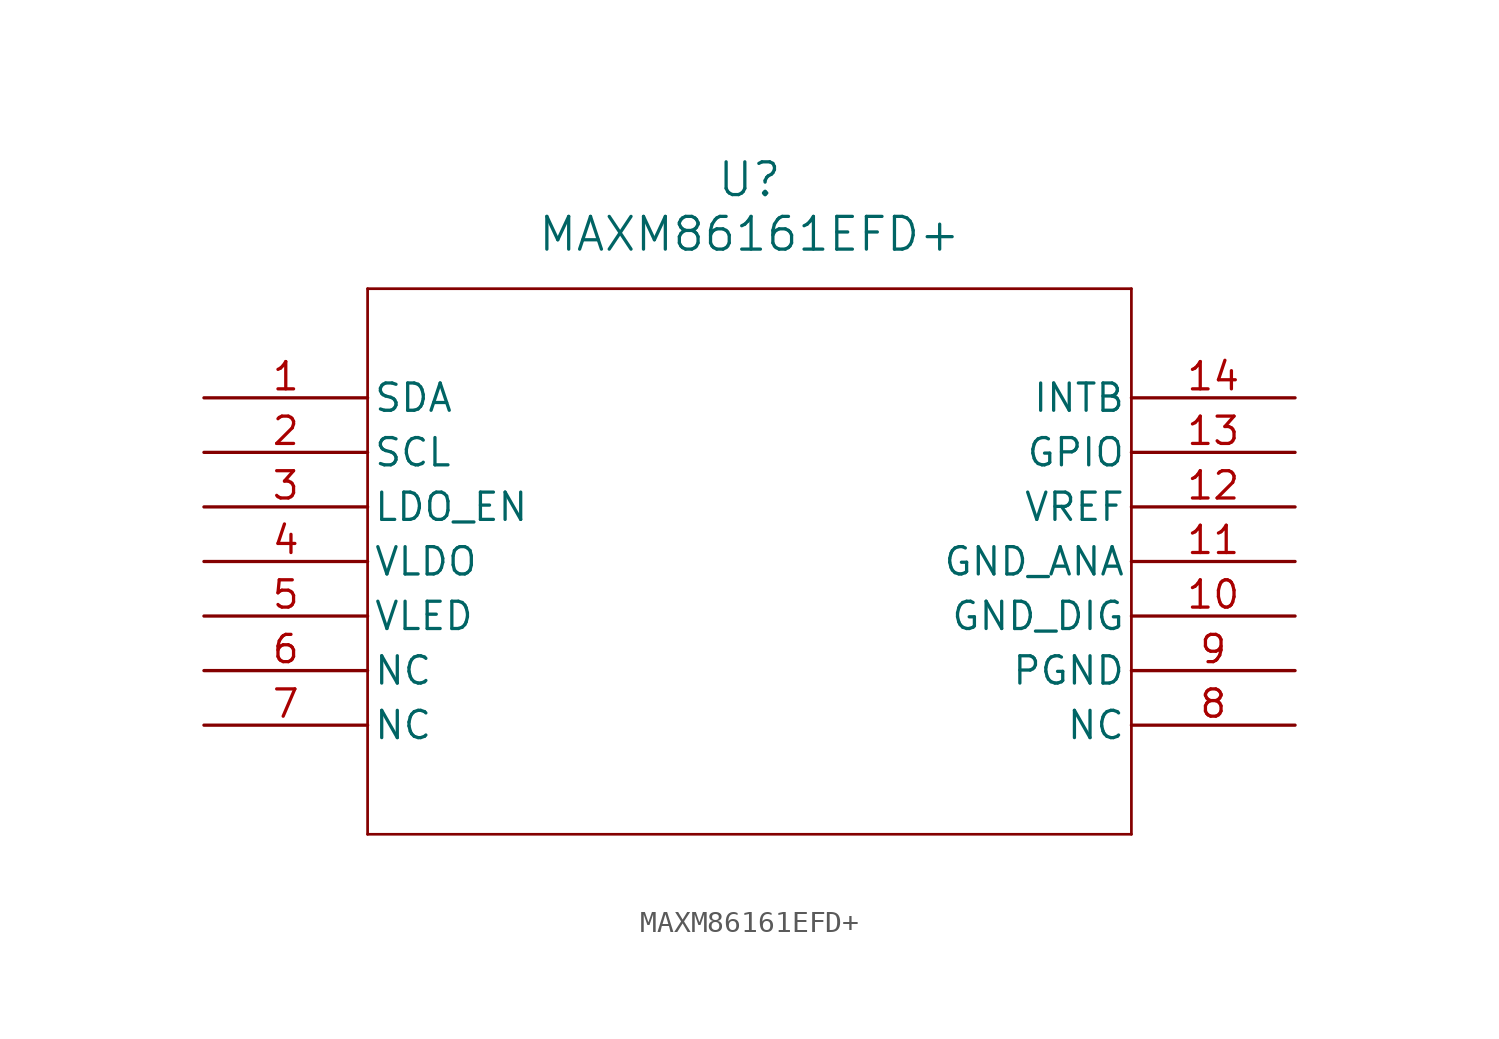
<source format=kicad_sym>
(kicad_symbol_lib
  (version 20241209)
  (generator "kicad_symbol_editor")
  (generator_version "9.0")
  (symbol "MAXM86161EFD+"
    (pin_names
      (offset 0.254))
    (property "Reference" "U"
      (at 25.4 10.16 0)
      (effects (font (size 1.524 1.524))))
    (property "Value" "MAXM86161EFD+"
      (at 25.4 7.62 0)
      (effects (font (size 1.524 1.524))))
    (property "ki_locked" ""
      (at 0 0 0)
      (effects (font (size 1.27 1.27))))
    (symbol "MAXM86161EFD+_0_1"
      (polyline (pts (xy 7.62 5.08) (xy 7.62 -20.32)) (stroke (width 0.127) (type default)) (fill (type none)))
      (polyline (pts (xy 7.62 -20.32) (xy 43.18 -20.32)) (stroke (width 0.127) (type default)) (fill (type none)))
      (polyline (pts (xy 43.18 5.08) (xy 7.62 5.08)) (stroke (width 0.127) (type default)) (fill (type none)))
      (polyline (pts (xy 43.18 -20.32) (xy 43.18 5.08)) (stroke (width 0.127) (type default)) (fill (type none)))
      (pin bidirectional line (at 0 0 0) (length 7.62) (name "SDA" (effects (font (size 1.27 1.27)))) (number "1" (effects (font (size 1.27 1.27)))))
      (pin input line (at 0 -2.54 0) (length 7.62) (name "SCL" (effects (font (size 1.27 1.27)))) (number "2" (effects (font (size 1.27 1.27)))))
      (pin input line (at 0 -5.08 0) (length 7.62) (name "LDO_EN" (effects (font (size 1.27 1.27)))) (number "3" (effects (font (size 1.27 1.27)))))
      (pin output line (at 0 -7.62 0) (length 7.62) (name "VLDO" (effects (font (size 1.27 1.27)))) (number "4" (effects (font (size 1.27 1.27)))))
      (pin input line (at 0 -10.16 0) (length 7.62) (name "VLED" (effects (font (size 1.27 1.27)))) (number "5" (effects (font (size 1.27 1.27)))))
      (pin unspecified line (at 0 -12.7 0) (length 7.62) (name "NC" (effects (font (size 1.27 1.27)))) (number "6" (effects (font (size 1.27 1.27)))))
      (pin unspecified line (at 0 -15.24 0) (length 7.62) (name "NC" (effects (font (size 1.27 1.27)))) (number "7" (effects (font (size 1.27 1.27)))))
      (pin unspecified line (at 50.8 0 180) (length 7.62) (name "INTB" (effects (font (size 1.27 1.27)))) (number "14" (effects (font (size 1.27 1.27)))))
      (pin bidirectional line (at 50.8 -2.54 180) (length 7.62) (name "GPIO" (effects (font (size 1.27 1.27)))) (number "13" (effects (font (size 1.27 1.27)))))
      (pin unspecified line (at 50.8 -5.08 180) (length 7.62) (name "VREF" (effects (font (size 1.27 1.27)))) (number "12" (effects (font (size 1.27 1.27)))))
      (pin unspecified line (at 50.8 -7.62 180) (length 7.62) (name "GND_ANA" (effects (font (size 1.27 1.27)))) (number "11" (effects (font (size 1.27 1.27)))))
      (pin unspecified line (at 50.8 -10.16 180) (length 7.62) (name "GND_DIG" (effects (font (size 1.27 1.27)))) (number "10" (effects (font (size 1.27 1.27)))))
      (pin power_out line (at 50.8 -12.7 180) (length 7.62) (name "PGND" (effects (font (size 1.27 1.27)))) (number "9" (effects (font (size 1.27 1.27)))))
      (pin unspecified line (at 50.8 -15.24 180) (length 7.62) (name "NC" (effects (font (size 1.27 1.27)))) (number "8" (effects (font (size 1.27 1.27))))))))
</source>
